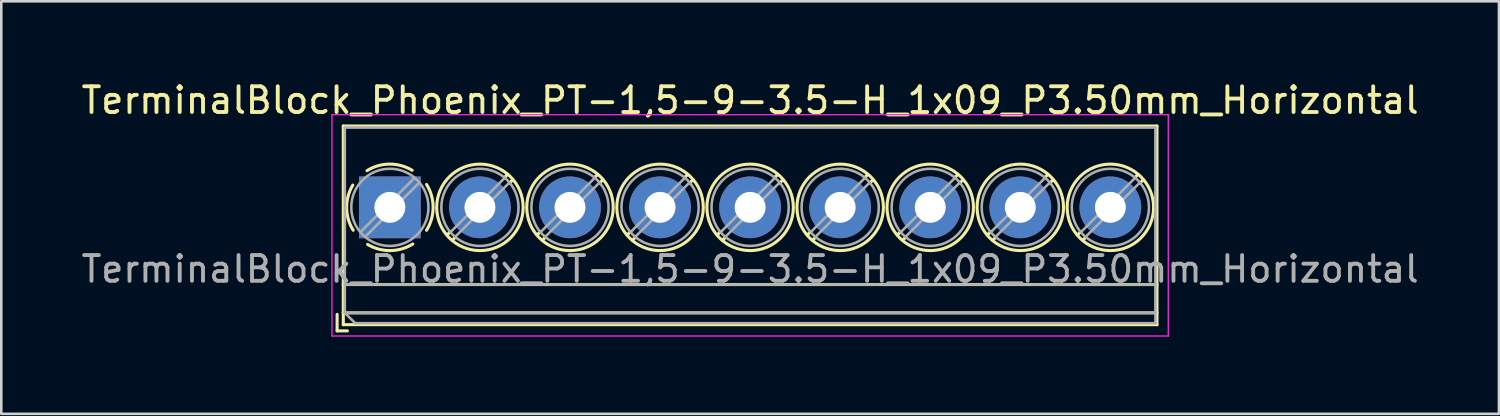
<source format=kicad_pcb>
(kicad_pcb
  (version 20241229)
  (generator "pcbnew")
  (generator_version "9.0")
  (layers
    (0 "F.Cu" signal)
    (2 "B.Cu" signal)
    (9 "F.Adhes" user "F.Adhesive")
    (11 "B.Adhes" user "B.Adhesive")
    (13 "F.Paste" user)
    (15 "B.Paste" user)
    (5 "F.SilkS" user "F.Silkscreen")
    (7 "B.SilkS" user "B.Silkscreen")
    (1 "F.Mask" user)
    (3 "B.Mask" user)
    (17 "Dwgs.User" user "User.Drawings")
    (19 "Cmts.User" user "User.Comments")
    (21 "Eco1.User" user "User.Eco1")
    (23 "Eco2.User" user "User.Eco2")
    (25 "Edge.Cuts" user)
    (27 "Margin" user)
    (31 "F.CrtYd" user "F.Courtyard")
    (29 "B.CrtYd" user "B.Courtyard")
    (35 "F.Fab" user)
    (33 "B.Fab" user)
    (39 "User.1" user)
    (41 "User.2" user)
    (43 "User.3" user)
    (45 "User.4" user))
  (footprint "TerminalBlock_Phoenix_PT-1,5-9-3.5-H_1x09_P3.50mm_Horizontal"
    (layer "F.Cu")
    (at 12.101 5.008)
    (property "Reference" "TerminalBlock_Phoenix_PT-1,5-9-3.5-H_1x09_P3.50mm_Horizontal" (at 14 -4.16 0) (layer "F.SilkS") (effects (font (size 1 1) (thickness 0.15))))
    (attr through_hole)
    (fp_line (start -2.05 4.16) (end -2.05 4.8) (stroke (width 0.12) (type solid)) (layer "F.SilkS"))
    (fp_line (start -2.05 4.8) (end -1.65 4.8) (stroke (width 0.12) (type solid)) (layer "F.SilkS"))
    (fp_line (start -1.81 -3.16) (end -1.81 4.56) (stroke (width 0.12) (type solid)) (layer "F.SilkS"))
    (fp_line (start -1.81 -3.16) (end 29.81 -3.16) (stroke (width 0.12) (type solid)) (layer "F.SilkS"))
    (fp_line (start -1.81 3) (end 29.81 3) (stroke (width 0.12) (type solid)) (layer "F.SilkS"))
    (fp_line (start -1.81 4.1) (end 29.81 4.1) (stroke (width 0.12) (type solid)) (layer "F.SilkS"))
    (fp_line (start -1.81 4.56) (end 29.81 4.56) (stroke (width 0.12) (type solid)) (layer "F.SilkS"))
    (fp_line (start 2.355 0.941) (end 2.226 1.069) (stroke (width 0.12) (type solid)) (layer "F.SilkS"))
    (fp_line (start 2.525 1.181) (end 2.431 1.274) (stroke (width 0.12) (type solid)) (layer "F.SilkS"))
    (fp_line (start 4.57 -1.275) (end 4.476 -1.181) (stroke (width 0.12) (type solid)) (layer "F.SilkS"))
    (fp_line (start 4.775 -1.069) (end 4.646 -0.941) (stroke (width 0.12) (type solid)) (layer "F.SilkS"))
    (fp_line (start 5.855 0.941) (end 5.726 1.069) (stroke (width 0.12) (type solid)) (layer "F.SilkS"))
    (fp_line (start 6.025 1.181) (end 5.931 1.274) (stroke (width 0.12) (type solid)) (layer "F.SilkS"))
    (fp_line (start 8.07 -1.275) (end 7.976 -1.181) (stroke (width 0.12) (type solid)) (layer "F.SilkS"))
    (fp_line (start 8.275 -1.069) (end 8.146 -0.941) (stroke (width 0.12) (type solid)) (layer "F.SilkS"))
    (fp_line (start 9.355 0.941) (end 9.226 1.069) (stroke (width 0.12) (type solid)) (layer "F.SilkS"))
    (fp_line (start 9.525 1.181) (end 9.431 1.274) (stroke (width 0.12) (type solid)) (layer "F.SilkS"))
    (fp_line (start 11.57 -1.275) (end 11.476 -1.181) (stroke (width 0.12) (type solid)) (layer "F.SilkS"))
    (fp_line (start 11.775 -1.069) (end 11.646 -0.941) (stroke (width 0.12) (type solid)) (layer "F.SilkS"))
    (fp_line (start 12.855 0.941) (end 12.726 1.069) (stroke (width 0.12) (type solid)) (layer "F.SilkS"))
    (fp_line (start 13.025 1.181) (end 12.931 1.274) (stroke (width 0.12) (type solid)) (layer "F.SilkS"))
    (fp_line (start 15.07 -1.275) (end 14.976 -1.181) (stroke (width 0.12) (type solid)) (layer "F.SilkS"))
    (fp_line (start 15.275 -1.069) (end 15.146 -0.941) (stroke (width 0.12) (type solid)) (layer "F.SilkS"))
    (fp_line (start 16.355 0.941) (end 16.226 1.069) (stroke (width 0.12) (type solid)) (layer "F.SilkS"))
    (fp_line (start 16.525 1.181) (end 16.431 1.274) (stroke (width 0.12) (type solid)) (layer "F.SilkS"))
    (fp_line (start 18.57 -1.275) (end 18.476 -1.181) (stroke (width 0.12) (type solid)) (layer "F.SilkS"))
    (fp_line (start 18.775 -1.069) (end 18.646 -0.941) (stroke (width 0.12) (type solid)) (layer "F.SilkS"))
    (fp_line (start 19.855 0.941) (end 19.726 1.069) (stroke (width 0.12) (type solid)) (layer "F.SilkS"))
    (fp_line (start 20.025 1.181) (end 19.931 1.274) (stroke (width 0.12) (type solid)) (layer "F.SilkS"))
    (fp_line (start 22.07 -1.275) (end 21.976 -1.181) (stroke (width 0.12) (type solid)) (layer "F.SilkS"))
    (fp_line (start 22.275 -1.069) (end 22.146 -0.941) (stroke (width 0.12) (type solid)) (layer "F.SilkS"))
    (fp_line (start 23.355 0.941) (end 23.226 1.069) (stroke (width 0.12) (type solid)) (layer "F.SilkS"))
    (fp_line (start 23.525 1.181) (end 23.431 1.274) (stroke (width 0.12) (type solid)) (layer "F.SilkS"))
    (fp_line (start 25.57 -1.275) (end 25.476 -1.181) (stroke (width 0.12) (type solid)) (layer "F.SilkS"))
    (fp_line (start 25.775 -1.069) (end 25.646 -0.941) (stroke (width 0.12) (type solid)) (layer "F.SilkS"))
    (fp_line (start 26.855 0.941) (end 26.726 1.069) (stroke (width 0.12) (type solid)) (layer "F.SilkS"))
    (fp_line (start 27.025 1.181) (end 26.931 1.274) (stroke (width 0.12) (type solid)) (layer "F.SilkS"))
    (fp_line (start 29.07 -1.275) (end 28.976 -1.181) (stroke (width 0.12) (type solid)) (layer "F.SilkS"))
    (fp_line (start 29.275 -1.069) (end 29.146 -0.941) (stroke (width 0.12) (type solid)) (layer "F.SilkS"))
    (fp_line (start 29.81 -3.16) (end 29.81 4.56) (stroke (width 0.12) (type solid)) (layer "F.SilkS"))
    (fp_arc (start -1.425358 0.889894) (mid -1.680286 0.014012) (end -1.44 -0.866) (stroke (width 0.12) (type solid)) (layer "F.SilkS"))
    (fp_arc (start -0.889894 -1.425358) (mid -0.014012 -1.680286) (end 0.866 -1.44) (stroke (width 0.12) (type solid)) (layer "F.SilkS"))
    (fp_arc (start 0.028674 1.680099) (mid -0.435535 1.622918) (end -0.866 1.44) (stroke (width 0.12) (type solid)) (layer "F.SilkS"))
    (fp_arc (start 0.890264 1.424721) (mid 0.463071 1.61492) (end 0 1.68) (stroke (width 0.12) (type solid)) (layer "F.SilkS"))
    (fp_arc (start 1.425504 -0.890193) (mid 1.680626 0.000476) (end 1.425 0.891) (stroke (width 0.12) (type solid)) (layer "F.SilkS"))
    (fp_circle (center 3.5 0) (end 5.18 0) (stroke (width 0.12) (type solid)) (fill no) (layer "F.SilkS"))
    (fp_circle (center 7 0) (end 8.68 0) (stroke (width 0.12) (type solid)) (fill no) (layer "F.SilkS"))
    (fp_circle (center 10.5 0) (end 12.18 0) (stroke (width 0.12) (type solid)) (fill no) (layer "F.SilkS"))
    (fp_circle (center 14 0) (end 15.68 0) (stroke (width 0.12) (type solid)) (fill no) (layer "F.SilkS"))
    (fp_circle (center 17.5 0) (end 19.18 0) (stroke (width 0.12) (type solid)) (fill no) (layer "F.SilkS"))
    (fp_circle (center 21 0) (end 22.68 0) (stroke (width 0.12) (type solid)) (fill no) (layer "F.SilkS"))
    (fp_circle (center 24.5 0) (end 26.18 0) (stroke (width 0.12) (type solid)) (fill no) (layer "F.SilkS"))
    (fp_circle (center 28 0) (end 29.68 0) (stroke (width 0.12) (type solid)) (fill no) (layer "F.SilkS"))
    (fp_line (start -2.25 -3.6) (end -2.25 5) (stroke (width 0.05) (type solid)) (layer "F.CrtYd"))
    (fp_line (start -2.25 5) (end 30.25 5) (stroke (width 0.05) (type solid)) (layer "F.CrtYd"))
    (fp_line (start 30.25 -3.6) (end -2.25 -3.6) (stroke (width 0.05) (type solid)) (layer "F.CrtYd"))
    (fp_line (start 30.25 5) (end 30.25 -3.6) (stroke (width 0.05) (type solid)) (layer "F.CrtYd"))
    (fp_line (start -1.75 -3.1) (end 29.75 -3.1) (stroke (width 0.1) (type solid)) (layer "F.Fab"))
    (fp_line (start -1.75 3) (end 29.75 3) (stroke (width 0.1) (type solid)) (layer "F.Fab"))
    (fp_line (start -1.75 4.1) (end -1.75 -3.1) (stroke (width 0.1) (type solid)) (layer "F.Fab"))
    (fp_line (start -1.75 4.1) (end 29.75 4.1) (stroke (width 0.1) (type solid)) (layer "F.Fab"))
    (fp_line (start -1.35 4.5) (end -1.75 4.1) (stroke (width 0.1) (type solid)) (layer "F.Fab"))
    (fp_line (start 0.955 -1.138) (end -1.138 0.955) (stroke (width 0.1) (type solid)) (layer "F.Fab"))
    (fp_line (start 1.138 -0.955) (end -0.955 1.138) (stroke (width 0.1) (type solid)) (layer "F.Fab"))
    (fp_line (start 4.455 -1.138) (end 2.363 0.955) (stroke (width 0.1) (type solid)) (layer "F.Fab"))
    (fp_line (start 4.638 -0.955) (end 2.546 1.138) (stroke (width 0.1) (type solid)) (layer "F.Fab"))
    (fp_line (start 7.955 -1.138) (end 5.863 0.955) (stroke (width 0.1) (type solid)) (layer "F.Fab"))
    (fp_line (start 8.138 -0.955) (end 6.046 1.138) (stroke (width 0.1) (type solid)) (layer "F.Fab"))
    (fp_line (start 11.455 -1.138) (end 9.363 0.955) (stroke (width 0.1) (type solid)) (layer "F.Fab"))
    (fp_line (start 11.638 -0.955) (end 9.546 1.138) (stroke (width 0.1) (type solid)) (layer "F.Fab"))
    (fp_line (start 14.955 -1.138) (end 12.863 0.955) (stroke (width 0.1) (type solid)) (layer "F.Fab"))
    (fp_line (start 15.138 -0.955) (end 13.046 1.138) (stroke (width 0.1) (type solid)) (layer "F.Fab"))
    (fp_line (start 18.455 -1.138) (end 16.363 0.955) (stroke (width 0.1) (type solid)) (layer "F.Fab"))
    (fp_line (start 18.638 -0.955) (end 16.546 1.138) (stroke (width 0.1) (type solid)) (layer "F.Fab"))
    (fp_line (start 21.955 -1.138) (end 19.863 0.955) (stroke (width 0.1) (type solid)) (layer "F.Fab"))
    (fp_line (start 22.138 -0.955) (end 20.046 1.138) (stroke (width 0.1) (type solid)) (layer "F.Fab"))
    (fp_line (start 25.455 -1.138) (end 23.363 0.955) (stroke (width 0.1) (type solid)) (layer "F.Fab"))
    (fp_line (start 25.638 -0.955) (end 23.546 1.138) (stroke (width 0.1) (type solid)) (layer "F.Fab"))
    (fp_line (start 28.955 -1.138) (end 26.863 0.955) (stroke (width 0.1) (type solid)) (layer "F.Fab"))
    (fp_line (start 29.138 -0.955) (end 27.046 1.138) (stroke (width 0.1) (type solid)) (layer "F.Fab"))
    (fp_line (start 29.75 -3.1) (end 29.75 4.5) (stroke (width 0.1) (type solid)) (layer "F.Fab"))
    (fp_line (start 29.75 4.5) (end -1.35 4.5) (stroke (width 0.1) (type solid)) (layer "F.Fab"))
    (fp_circle (center 0 0) (end 1.5 0) (stroke (width 0.1) (type solid)) (fill no) (layer "F.Fab"))
    (fp_circle (center 3.5 0) (end 5 0) (stroke (width 0.1) (type solid)) (fill no) (layer "F.Fab"))
    (fp_circle (center 7 0) (end 8.5 0) (stroke (width 0.1) (type solid)) (fill no) (layer "F.Fab"))
    (fp_circle (center 10.5 0) (end 12 0) (stroke (width 0.1) (type solid)) (fill no) (layer "F.Fab"))
    (fp_circle (center 14 0) (end 15.5 0) (stroke (width 0.1) (type solid)) (fill no) (layer "F.Fab"))
    (fp_circle (center 17.5 0) (end 19 0) (stroke (width 0.1) (type solid)) (fill no) (layer "F.Fab"))
    (fp_circle (center 21 0) (end 22.5 0) (stroke (width 0.1) (type solid)) (fill no) (layer "F.Fab"))
    (fp_circle (center 24.5 0) (end 26 0) (stroke (width 0.1) (type solid)) (fill no) (layer "F.Fab"))
    (fp_circle (center 28 0) (end 29.5 0) (stroke (width 0.1) (type solid)) (fill no) (layer "F.Fab"))
    (fp_text user "${REFERENCE}" (at 14 2.4 0) (layer "F.Fab") (effects (font (size 1 1) (thickness 0.15))))
    (pad "1" thru_hole rect (at 0 0) (size 2.4 2.4) (drill 1.2) (layers "*.Cu" "*.Mask"))
    (pad "2" thru_hole circle (at 3.5 0) (size 2.4 2.4) (drill 1.2) (layers "*.Cu" "*.Mask"))
    (pad "3" thru_hole circle (at 7 0) (size 2.4 2.4) (drill 1.2) (layers "*.Cu" "*.Mask"))
    (pad "4" thru_hole circle (at 10.5 0) (size 2.4 2.4) (drill 1.2) (layers "*.Cu" "*.Mask"))
    (pad "5" thru_hole circle (at 14 0) (size 2.4 2.4) (drill 1.2) (layers "*.Cu" "*.Mask"))
    (pad "6" thru_hole circle (at 17.5 0) (size 2.4 2.4) (drill 1.2) (layers "*.Cu" "*.Mask"))
    (pad "7" thru_hole circle (at 21 0) (size 2.4 2.4) (drill 1.2) (layers "*.Cu" "*.Mask"))
    (pad "8" thru_hole circle (at 24.5 0) (size 2.4 2.4) (drill 1.2) (layers "*.Cu" "*.Mask"))
    (pad "9" thru_hole circle (at 28 0) (size 2.4 2.4) (drill 1.2) (layers "*.Cu" "*.Mask")))
  (gr_rect
    (start -3 -3)
    (end 55.202 13.033)
    (stroke (width 0.1) (type default))
    (fill no)
    (layer "Edge.Cuts")))
</source>
